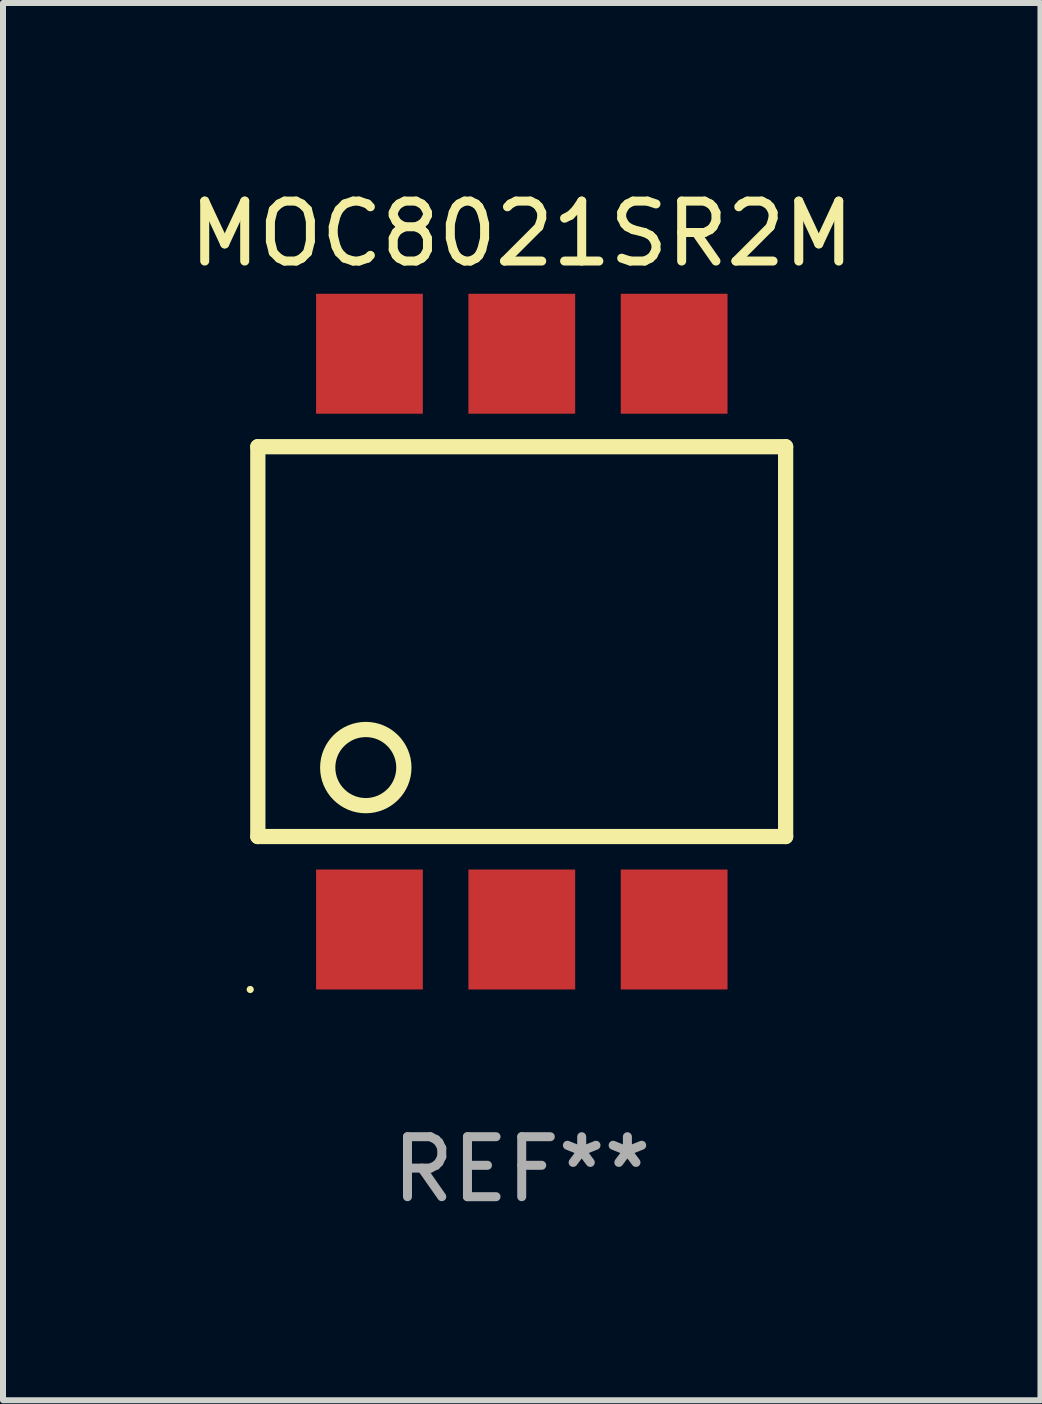
<source format=kicad_pcb>
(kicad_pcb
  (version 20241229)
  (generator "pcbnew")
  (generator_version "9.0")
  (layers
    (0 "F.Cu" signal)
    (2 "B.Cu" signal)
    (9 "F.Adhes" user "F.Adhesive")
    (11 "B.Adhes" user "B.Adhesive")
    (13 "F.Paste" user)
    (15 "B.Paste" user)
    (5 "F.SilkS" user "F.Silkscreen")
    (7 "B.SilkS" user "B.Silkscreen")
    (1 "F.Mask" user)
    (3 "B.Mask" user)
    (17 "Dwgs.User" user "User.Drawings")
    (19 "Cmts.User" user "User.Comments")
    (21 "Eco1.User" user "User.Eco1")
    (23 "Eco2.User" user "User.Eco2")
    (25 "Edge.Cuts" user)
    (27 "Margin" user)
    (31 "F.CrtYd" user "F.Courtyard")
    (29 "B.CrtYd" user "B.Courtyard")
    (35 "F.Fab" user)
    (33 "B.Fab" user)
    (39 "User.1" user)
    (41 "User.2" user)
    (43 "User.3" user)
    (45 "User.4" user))
  (footprint "MOC8021SR2M"
    (layer "F.Cu")
    (at 5.649 7.648)
    (property "Reference" "MOC8021SR2M" (at 0 -6.8 0) (layer "F.SilkS") (effects (font (size 1 1) (thickness 0.15))))
    (attr through_hole)
    (fp_line (start -4.4 -3.25) (end -4.4 3.25) (stroke (width 0.254) (type solid)) (layer "F.SilkS"))
    (fp_line (start -4.4 -3.25) (end 4.4 -3.25) (stroke (width 0.254) (type solid)) (layer "F.SilkS"))
    (fp_line (start 4.4 3.25) (end -4.4 3.25) (stroke (width 0.254) (type solid)) (layer "F.SilkS"))
    (fp_line (start 4.4 3.25) (end 4.4 -3.25) (stroke (width 0.254) (type solid)) (layer "F.SilkS"))
    (fp_circle (center -4.527 5.8) (end -4.497 5.8) (stroke (width 0.06) (type solid)) (fill no) (layer "F.SilkS"))
    (fp_circle (center -2.6 2.1) (end -1.965 2.1) (stroke (width 0.254) (type solid)) (fill no) (layer "F.SilkS"))
    (fp_text user "REF**" (at 0 8.8 0) (layer "F.Fab") (effects (font (size 1 1) (thickness 0.15))))
    (pad "1" smd rect (at -2.539 4.8) (size 1.78 2) (layers "F.Cu" "F.Mask" "F.Paste"))
    (pad "2" smd rect (at 0.001 4.8) (size 1.78 2) (layers "F.Cu" "F.Mask" "F.Paste"))
    (pad "3" smd rect (at 2.541 4.8) (size 1.78 2) (layers "F.Cu" "F.Mask" "F.Paste"))
    (pad "4" smd rect (at 2.541 -4.8) (size 1.78 2) (layers "F.Cu" "F.Mask" "F.Paste"))
    (pad "5" smd rect (at 0.001 -4.8) (size 1.78 2) (layers "F.Cu" "F.Mask" "F.Paste"))
    (pad "6" smd rect (at -2.539 -4.8) (size 1.78 2) (layers "F.Cu" "F.Mask" "F.Paste")))
  (gr_rect
    (start -3 -3)
    (end 14.298 20.297)
    (stroke (width 0.1) (type default))
    (fill no)
    (layer "Edge.Cuts")))
</source>
